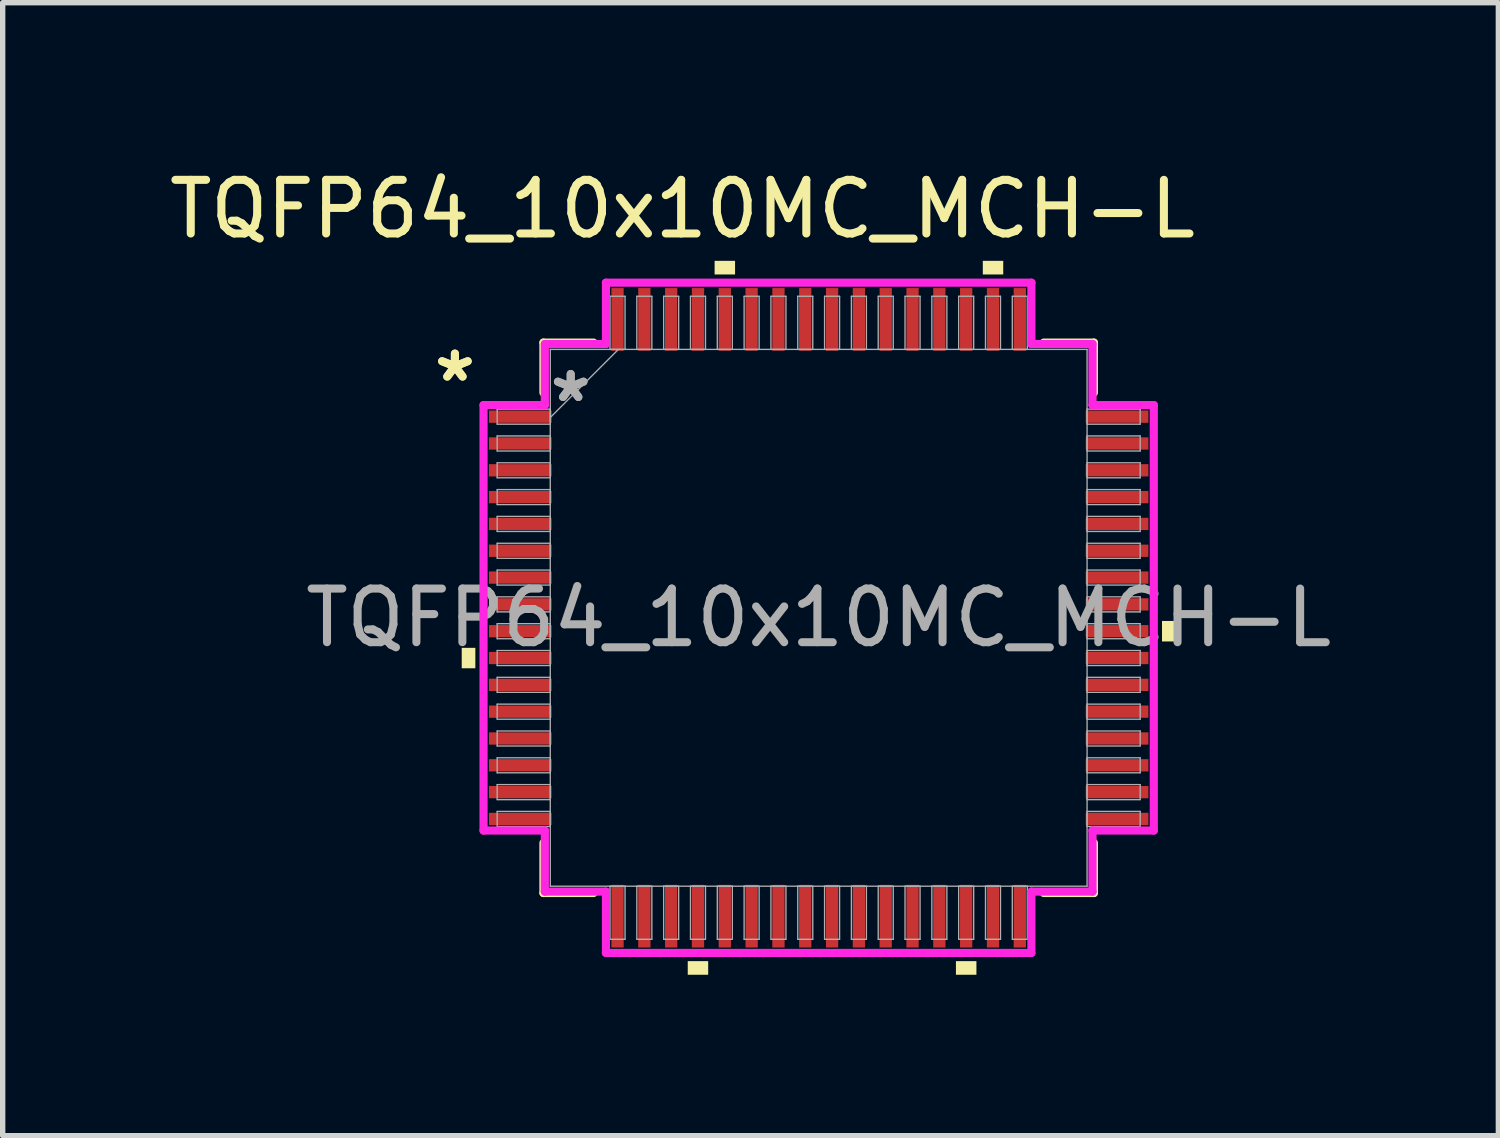
<source format=kicad_pcb>
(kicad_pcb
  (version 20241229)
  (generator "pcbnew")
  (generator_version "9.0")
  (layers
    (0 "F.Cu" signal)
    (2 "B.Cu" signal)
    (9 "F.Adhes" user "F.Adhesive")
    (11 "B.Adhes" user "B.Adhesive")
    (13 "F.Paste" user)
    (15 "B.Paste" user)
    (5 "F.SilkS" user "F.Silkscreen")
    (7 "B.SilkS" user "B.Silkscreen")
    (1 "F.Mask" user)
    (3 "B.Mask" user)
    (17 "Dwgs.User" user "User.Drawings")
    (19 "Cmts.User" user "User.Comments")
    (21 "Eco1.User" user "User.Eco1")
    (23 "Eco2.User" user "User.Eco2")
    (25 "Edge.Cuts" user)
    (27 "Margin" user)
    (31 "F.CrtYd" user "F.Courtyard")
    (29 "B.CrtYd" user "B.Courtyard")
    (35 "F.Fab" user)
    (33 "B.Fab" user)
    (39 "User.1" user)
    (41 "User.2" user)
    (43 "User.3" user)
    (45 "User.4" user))
  (footprint "TQFP64_10x10MC_MCH-L"
    (layer "F.Cu")
    (at 12.213 8.468)
    (property "Reference" "TQFP64_10x10MC_MCH-L" (at -2.54 -7.62 0) (unlocked yes) (layer "F.SilkS") (effects (font (size 1 1) (thickness 0.15))))
    (attr smd)
    (fp_line (start -5.131 -5.131) (end -5.131 -4.197) (stroke (width 0.152) (type solid)) (layer "F.SilkS"))
    (fp_line (start -5.131 4.197) (end -5.131 5.131) (stroke (width 0.152) (type solid)) (layer "F.SilkS"))
    (fp_line (start -5.131 5.131) (end -4.197 5.131) (stroke (width 0.152) (type solid)) (layer "F.SilkS"))
    (fp_line (start -4.197 -5.131) (end -5.131 -5.131) (stroke (width 0.152) (type solid)) (layer "F.SilkS"))
    (fp_line (start 4.197 5.131) (end 5.131 5.131) (stroke (width 0.152) (type solid)) (layer "F.SilkS"))
    (fp_line (start 5.131 -5.131) (end 4.197 -5.131) (stroke (width 0.152) (type solid)) (layer "F.SilkS"))
    (fp_line (start 5.131 -4.197) (end 5.131 -5.131) (stroke (width 0.152) (type solid)) (layer "F.SilkS"))
    (fp_line (start 5.131 5.131) (end 5.131 4.197) (stroke (width 0.152) (type solid)) (layer "F.SilkS"))
    (fp_poly (pts (xy -6.655 0.56) (xy -6.655 0.941) (xy -6.401 0.941) (xy -6.401 0.56)) (stroke (width 0) (type solid)) (fill yes) (layer "F.SilkS"))
    (fp_poly (pts (xy -2.441 6.401) (xy -2.441 6.655) (xy -2.06 6.655) (xy -2.06 6.401)) (stroke (width 0) (type solid)) (fill yes) (layer "F.SilkS"))
    (fp_poly (pts (xy -1.94 -6.401) (xy -1.94 -6.655) (xy -1.559 -6.655) (xy -1.559 -6.401)) (stroke (width 0) (type solid)) (fill yes) (layer "F.SilkS"))
    (fp_poly (pts (xy 2.559 6.401) (xy 2.559 6.655) (xy 2.941 6.655) (xy 2.941 6.401)) (stroke (width 0) (type solid)) (fill yes) (layer "F.SilkS"))
    (fp_poly (pts (xy 3.06 -6.401) (xy 3.06 -6.655) (xy 3.441 -6.655) (xy 3.441 -6.401)) (stroke (width 0) (type solid)) (fill yes) (layer "F.SilkS"))
    (fp_poly (pts (xy 6.655 0.059) (xy 6.655 0.441) (xy 6.401 0.441) (xy 6.401 0.059)) (stroke (width 0) (type solid)) (fill yes) (layer "F.SilkS"))
    (fp_line (start -6.248 -3.966) (end -5.105 -3.966) (stroke (width 0.152) (type solid)) (layer "F.CrtYd"))
    (fp_line (start -6.248 3.966) (end -6.248 -3.966) (stroke (width 0.152) (type solid)) (layer "F.CrtYd"))
    (fp_line (start -5.105 -5.105) (end -3.966 -5.105) (stroke (width 0.152) (type solid)) (layer "F.CrtYd"))
    (fp_line (start -5.105 -3.966) (end -5.105 -5.105) (stroke (width 0.152) (type solid)) (layer "F.CrtYd"))
    (fp_line (start -5.105 3.966) (end -6.248 3.966) (stroke (width 0.152) (type solid)) (layer "F.CrtYd"))
    (fp_line (start -5.105 5.105) (end -5.105 3.966) (stroke (width 0.152) (type solid)) (layer "F.CrtYd"))
    (fp_line (start -5.105 5.105) (end -3.966 5.105) (stroke (width 0.152) (type solid)) (layer "F.CrtYd"))
    (fp_line (start -3.966 -6.248) (end 3.966 -6.248) (stroke (width 0.152) (type solid)) (layer "F.CrtYd"))
    (fp_line (start -3.966 -5.105) (end -3.966 -6.248) (stroke (width 0.152) (type solid)) (layer "F.CrtYd"))
    (fp_line (start -3.966 5.105) (end -3.966 6.248) (stroke (width 0.152) (type solid)) (layer "F.CrtYd"))
    (fp_line (start -3.966 6.248) (end 3.966 6.248) (stroke (width 0.152) (type solid)) (layer "F.CrtYd"))
    (fp_line (start 3.966 -6.248) (end 3.966 -5.105) (stroke (width 0.152) (type solid)) (layer "F.CrtYd"))
    (fp_line (start 3.966 -5.105) (end 5.105 -5.105) (stroke (width 0.152) (type solid)) (layer "F.CrtYd"))
    (fp_line (start 3.966 5.105) (end 5.105 5.105) (stroke (width 0.152) (type solid)) (layer "F.CrtYd"))
    (fp_line (start 3.966 6.248) (end 3.966 5.105) (stroke (width 0.152) (type solid)) (layer "F.CrtYd"))
    (fp_line (start 5.105 -3.966) (end 5.105 -5.105) (stroke (width 0.152) (type solid)) (layer "F.CrtYd"))
    (fp_line (start 5.105 3.966) (end 6.248 3.966) (stroke (width 0.152) (type solid)) (layer "F.CrtYd"))
    (fp_line (start 5.105 5.105) (end 5.105 3.966) (stroke (width 0.152) (type solid)) (layer "F.CrtYd"))
    (fp_line (start 6.248 -3.966) (end 5.105 -3.966) (stroke (width 0.152) (type solid)) (layer "F.CrtYd"))
    (fp_line (start 6.248 3.966) (end 6.248 -3.966) (stroke (width 0.152) (type solid)) (layer "F.CrtYd"))
    (fp_line (start -5.994 -3.89) (end -5.994 -3.61) (stroke (width 0.025) (type solid)) (layer "F.Fab"))
    (fp_line (start -5.994 -3.61) (end -5.004 -3.61) (stroke (width 0.025) (type solid)) (layer "F.Fab"))
    (fp_line (start -5.994 -3.39) (end -5.994 -3.11) (stroke (width 0.025) (type solid)) (layer "F.Fab"))
    (fp_line (start -5.994 -3.11) (end -5.004 -3.11) (stroke (width 0.025) (type solid)) (layer "F.Fab"))
    (fp_line (start -5.994 -2.89) (end -5.994 -2.61) (stroke (width 0.025) (type solid)) (layer "F.Fab"))
    (fp_line (start -5.994 -2.61) (end -5.004 -2.61) (stroke (width 0.025) (type solid)) (layer "F.Fab"))
    (fp_line (start -5.994 -2.39) (end -5.994 -2.11) (stroke (width 0.025) (type solid)) (layer "F.Fab"))
    (fp_line (start -5.994 -2.11) (end -5.004 -2.11) (stroke (width 0.025) (type solid)) (layer "F.Fab"))
    (fp_line (start -5.994 -1.89) (end -5.994 -1.61) (stroke (width 0.025) (type solid)) (layer "F.Fab"))
    (fp_line (start -5.994 -1.61) (end -5.004 -1.61) (stroke (width 0.025) (type solid)) (layer "F.Fab"))
    (fp_line (start -5.994 -1.39) (end -5.994 -1.11) (stroke (width 0.025) (type solid)) (layer "F.Fab"))
    (fp_line (start -5.994 -1.11) (end -5.004 -1.11) (stroke (width 0.025) (type solid)) (layer "F.Fab"))
    (fp_line (start -5.994 -0.89) (end -5.994 -0.61) (stroke (width 0.025) (type solid)) (layer "F.Fab"))
    (fp_line (start -5.994 -0.61) (end -5.004 -0.61) (stroke (width 0.025) (type solid)) (layer "F.Fab"))
    (fp_line (start -5.994 -0.39) (end -5.994 -0.11) (stroke (width 0.025) (type solid)) (layer "F.Fab"))
    (fp_line (start -5.994 -0.11) (end -5.004 -0.11) (stroke (width 0.025) (type solid)) (layer "F.Fab"))
    (fp_line (start -5.994 0.11) (end -5.994 0.39) (stroke (width 0.025) (type solid)) (layer "F.Fab"))
    (fp_line (start -5.994 0.39) (end -5.004 0.39) (stroke (width 0.025) (type solid)) (layer "F.Fab"))
    (fp_line (start -5.994 0.61) (end -5.994 0.89) (stroke (width 0.025) (type solid)) (layer "F.Fab"))
    (fp_line (start -5.994 0.89) (end -5.004 0.89) (stroke (width 0.025) (type solid)) (layer "F.Fab"))
    (fp_line (start -5.994 1.11) (end -5.994 1.39) (stroke (width 0.025) (type solid)) (layer "F.Fab"))
    (fp_line (start -5.994 1.39) (end -5.004 1.39) (stroke (width 0.025) (type solid)) (layer "F.Fab"))
    (fp_line (start -5.994 1.61) (end -5.994 1.89) (stroke (width 0.025) (type solid)) (layer "F.Fab"))
    (fp_line (start -5.994 1.89) (end -5.004 1.89) (stroke (width 0.025) (type solid)) (layer "F.Fab"))
    (fp_line (start -5.994 2.11) (end -5.994 2.39) (stroke (width 0.025) (type solid)) (layer "F.Fab"))
    (fp_line (start -5.994 2.39) (end -5.004 2.39) (stroke (width 0.025) (type solid)) (layer "F.Fab"))
    (fp_line (start -5.994 2.61) (end -5.994 2.89) (stroke (width 0.025) (type solid)) (layer "F.Fab"))
    (fp_line (start -5.994 2.89) (end -5.004 2.89) (stroke (width 0.025) (type solid)) (layer "F.Fab"))
    (fp_line (start -5.994 3.11) (end -5.994 3.39) (stroke (width 0.025) (type solid)) (layer "F.Fab"))
    (fp_line (start -5.994 3.39) (end -5.004 3.39) (stroke (width 0.025) (type solid)) (layer "F.Fab"))
    (fp_line (start -5.994 3.61) (end -5.994 3.89) (stroke (width 0.025) (type solid)) (layer "F.Fab"))
    (fp_line (start -5.994 3.89) (end -5.004 3.89) (stroke (width 0.025) (type solid)) (layer "F.Fab"))
    (fp_line (start -5.004 -5.004) (end -5.004 5.004) (stroke (width 0.025) (type solid)) (layer "F.Fab"))
    (fp_line (start -5.004 -3.89) (end -5.994 -3.89) (stroke (width 0.025) (type solid)) (layer "F.Fab"))
    (fp_line (start -5.004 -3.734) (end -3.734 -5.004) (stroke (width 0.025) (type solid)) (layer "F.Fab"))
    (fp_line (start -5.004 -3.61) (end -5.004 -3.89) (stroke (width 0.025) (type solid)) (layer "F.Fab"))
    (fp_line (start -5.004 -3.39) (end -5.994 -3.39) (stroke (width 0.025) (type solid)) (layer "F.Fab"))
    (fp_line (start -5.004 -3.11) (end -5.004 -3.39) (stroke (width 0.025) (type solid)) (layer "F.Fab"))
    (fp_line (start -5.004 -2.89) (end -5.994 -2.89) (stroke (width 0.025) (type solid)) (layer "F.Fab"))
    (fp_line (start -5.004 -2.61) (end -5.004 -2.89) (stroke (width 0.025) (type solid)) (layer "F.Fab"))
    (fp_line (start -5.004 -2.39) (end -5.994 -2.39) (stroke (width 0.025) (type solid)) (layer "F.Fab"))
    (fp_line (start -5.004 -2.11) (end -5.004 -2.39) (stroke (width 0.025) (type solid)) (layer "F.Fab"))
    (fp_line (start -5.004 -1.89) (end -5.994 -1.89) (stroke (width 0.025) (type solid)) (layer "F.Fab"))
    (fp_line (start -5.004 -1.61) (end -5.004 -1.89) (stroke (width 0.025) (type solid)) (layer "F.Fab"))
    (fp_line (start -5.004 -1.39) (end -5.994 -1.39) (stroke (width 0.025) (type solid)) (layer "F.Fab"))
    (fp_line (start -5.004 -1.11) (end -5.004 -1.39) (stroke (width 0.025) (type solid)) (layer "F.Fab"))
    (fp_line (start -5.004 -0.89) (end -5.994 -0.89) (stroke (width 0.025) (type solid)) (layer "F.Fab"))
    (fp_line (start -5.004 -0.61) (end -5.004 -0.89) (stroke (width 0.025) (type solid)) (layer "F.Fab"))
    (fp_line (start -5.004 -0.39) (end -5.994 -0.39) (stroke (width 0.025) (type solid)) (layer "F.Fab"))
    (fp_line (start -5.004 -0.11) (end -5.004 -0.39) (stroke (width 0.025) (type solid)) (layer "F.Fab"))
    (fp_line (start -5.004 0.11) (end -5.994 0.11) (stroke (width 0.025) (type solid)) (layer "F.Fab"))
    (fp_line (start -5.004 0.39) (end -5.004 0.11) (stroke (width 0.025) (type solid)) (layer "F.Fab"))
    (fp_line (start -5.004 0.61) (end -5.994 0.61) (stroke (width 0.025) (type solid)) (layer "F.Fab"))
    (fp_line (start -5.004 0.89) (end -5.004 0.61) (stroke (width 0.025) (type solid)) (layer "F.Fab"))
    (fp_line (start -5.004 1.11) (end -5.994 1.11) (stroke (width 0.025) (type solid)) (layer "F.Fab"))
    (fp_line (start -5.004 1.39) (end -5.004 1.11) (stroke (width 0.025) (type solid)) (layer "F.Fab"))
    (fp_line (start -5.004 1.61) (end -5.994 1.61) (stroke (width 0.025) (type solid)) (layer "F.Fab"))
    (fp_line (start -5.004 1.89) (end -5.004 1.61) (stroke (width 0.025) (type solid)) (layer "F.Fab"))
    (fp_line (start -5.004 2.11) (end -5.994 2.11) (stroke (width 0.025) (type solid)) (layer "F.Fab"))
    (fp_line (start -5.004 2.39) (end -5.004 2.11) (stroke (width 0.025) (type solid)) (layer "F.Fab"))
    (fp_line (start -5.004 2.61) (end -5.994 2.61) (stroke (width 0.025) (type solid)) (layer "F.Fab"))
    (fp_line (start -5.004 2.89) (end -5.004 2.61) (stroke (width 0.025) (type solid)) (layer "F.Fab"))
    (fp_line (start -5.004 3.11) (end -5.994 3.11) (stroke (width 0.025) (type solid)) (layer "F.Fab"))
    (fp_line (start -5.004 3.39) (end -5.004 3.11) (stroke (width 0.025) (type solid)) (layer "F.Fab"))
    (fp_line (start -5.004 3.61) (end -5.994 3.61) (stroke (width 0.025) (type solid)) (layer "F.Fab"))
    (fp_line (start -5.004 3.89) (end -5.004 3.61) (stroke (width 0.025) (type solid)) (layer "F.Fab"))
    (fp_line (start -5.004 5.004) (end 5.004 5.004) (stroke (width 0.025) (type solid)) (layer "F.Fab"))
    (fp_line (start -3.89 -5.994) (end -3.89 -5.004) (stroke (width 0.025) (type solid)) (layer "F.Fab"))
    (fp_line (start -3.89 -5.004) (end -3.61 -5.004) (stroke (width 0.025) (type solid)) (layer "F.Fab"))
    (fp_line (start -3.89 5.004) (end -3.89 5.994) (stroke (width 0.025) (type solid)) (layer "F.Fab"))
    (fp_line (start -3.89 5.994) (end -3.61 5.994) (stroke (width 0.025) (type solid)) (layer "F.Fab"))
    (fp_line (start -3.61 -5.994) (end -3.89 -5.994) (stroke (width 0.025) (type solid)) (layer "F.Fab"))
    (fp_line (start -3.61 -5.004) (end -3.61 -5.994) (stroke (width 0.025) (type solid)) (layer "F.Fab"))
    (fp_line (start -3.61 5.004) (end -3.89 5.004) (stroke (width 0.025) (type solid)) (layer "F.Fab"))
    (fp_line (start -3.61 5.994) (end -3.61 5.004) (stroke (width 0.025) (type solid)) (layer "F.Fab"))
    (fp_line (start -3.39 -5.994) (end -3.39 -5.004) (stroke (width 0.025) (type solid)) (layer "F.Fab"))
    (fp_line (start -3.39 -5.004) (end -3.11 -5.004) (stroke (width 0.025) (type solid)) (layer "F.Fab"))
    (fp_line (start -3.39 5.004) (end -3.39 5.994) (stroke (width 0.025) (type solid)) (layer "F.Fab"))
    (fp_line (start -3.39 5.994) (end -3.11 5.994) (stroke (width 0.025) (type solid)) (layer "F.Fab"))
    (fp_line (start -3.11 -5.994) (end -3.39 -5.994) (stroke (width 0.025) (type solid)) (layer "F.Fab"))
    (fp_line (start -3.11 -5.004) (end -3.11 -5.994) (stroke (width 0.025) (type solid)) (layer "F.Fab"))
    (fp_line (start -3.11 5.004) (end -3.39 5.004) (stroke (width 0.025) (type solid)) (layer "F.Fab"))
    (fp_line (start -3.11 5.994) (end -3.11 5.004) (stroke (width 0.025) (type solid)) (layer "F.Fab"))
    (fp_line (start -2.89 -5.994) (end -2.89 -5.004) (stroke (width 0.025) (type solid)) (layer "F.Fab"))
    (fp_line (start -2.89 -5.004) (end -2.61 -5.004) (stroke (width 0.025) (type solid)) (layer "F.Fab"))
    (fp_line (start -2.89 5.004) (end -2.89 5.994) (stroke (width 0.025) (type solid)) (layer "F.Fab"))
    (fp_line (start -2.89 5.994) (end -2.61 5.994) (stroke (width 0.025) (type solid)) (layer "F.Fab"))
    (fp_line (start -2.61 -5.994) (end -2.89 -5.994) (stroke (width 0.025) (type solid)) (layer "F.Fab"))
    (fp_line (start -2.61 -5.004) (end -2.61 -5.994) (stroke (width 0.025) (type solid)) (layer "F.Fab"))
    (fp_line (start -2.61 5.004) (end -2.89 5.004) (stroke (width 0.025) (type solid)) (layer "F.Fab"))
    (fp_line (start -2.61 5.994) (end -2.61 5.004) (stroke (width 0.025) (type solid)) (layer "F.Fab"))
    (fp_line (start -2.39 -5.994) (end -2.39 -5.004) (stroke (width 0.025) (type solid)) (layer "F.Fab"))
    (fp_line (start -2.39 -5.004) (end -2.11 -5.004) (stroke (width 0.025) (type solid)) (layer "F.Fab"))
    (fp_line (start -2.39 5.004) (end -2.39 5.994) (stroke (width 0.025) (type solid)) (layer "F.Fab"))
    (fp_line (start -2.39 5.994) (end -2.11 5.994) (stroke (width 0.025) (type solid)) (layer "F.Fab"))
    (fp_line (start -2.11 -5.994) (end -2.39 -5.994) (stroke (width 0.025) (type solid)) (layer "F.Fab"))
    (fp_line (start -2.11 -5.004) (end -2.11 -5.994) (stroke (width 0.025) (type solid)) (layer "F.Fab"))
    (fp_line (start -2.11 5.004) (end -2.39 5.004) (stroke (width 0.025) (type solid)) (layer "F.Fab"))
    (fp_line (start -2.11 5.994) (end -2.11 5.004) (stroke (width 0.025) (type solid)) (layer "F.Fab"))
    (fp_line (start -1.89 -5.994) (end -1.89 -5.004) (stroke (width 0.025) (type solid)) (layer "F.Fab"))
    (fp_line (start -1.89 -5.004) (end -1.61 -5.004) (stroke (width 0.025) (type solid)) (layer "F.Fab"))
    (fp_line (start -1.89 5.004) (end -1.89 5.994) (stroke (width 0.025) (type solid)) (layer "F.Fab"))
    (fp_line (start -1.89 5.994) (end -1.61 5.994) (stroke (width 0.025) (type solid)) (layer "F.Fab"))
    (fp_line (start -1.61 -5.994) (end -1.89 -5.994) (stroke (width 0.025) (type solid)) (layer "F.Fab"))
    (fp_line (start -1.61 -5.004) (end -1.61 -5.994) (stroke (width 0.025) (type solid)) (layer "F.Fab"))
    (fp_line (start -1.61 5.004) (end -1.89 5.004) (stroke (width 0.025) (type solid)) (layer "F.Fab"))
    (fp_line (start -1.61 5.994) (end -1.61 5.004) (stroke (width 0.025) (type solid)) (layer "F.Fab"))
    (fp_line (start -1.39 -5.994) (end -1.39 -5.004) (stroke (width 0.025) (type solid)) (layer "F.Fab"))
    (fp_line (start -1.39 -5.004) (end -1.11 -5.004) (stroke (width 0.025) (type solid)) (layer "F.Fab"))
    (fp_line (start -1.39 5.004) (end -1.39 5.994) (stroke (width 0.025) (type solid)) (layer "F.Fab"))
    (fp_line (start -1.39 5.994) (end -1.11 5.994) (stroke (width 0.025) (type solid)) (layer "F.Fab"))
    (fp_line (start -1.11 -5.994) (end -1.39 -5.994) (stroke (width 0.025) (type solid)) (layer "F.Fab"))
    (fp_line (start -1.11 -5.004) (end -1.11 -5.994) (stroke (width 0.025) (type solid)) (layer "F.Fab"))
    (fp_line (start -1.11 5.004) (end -1.39 5.004) (stroke (width 0.025) (type solid)) (layer "F.Fab"))
    (fp_line (start -1.11 5.994) (end -1.11 5.004) (stroke (width 0.025) (type solid)) (layer "F.Fab"))
    (fp_line (start -0.89 -5.994) (end -0.89 -5.004) (stroke (width 0.025) (type solid)) (layer "F.Fab"))
    (fp_line (start -0.89 -5.004) (end -0.61 -5.004) (stroke (width 0.025) (type solid)) (layer "F.Fab"))
    (fp_line (start -0.89 5.004) (end -0.89 5.994) (stroke (width 0.025) (type solid)) (layer "F.Fab"))
    (fp_line (start -0.89 5.994) (end -0.61 5.994) (stroke (width 0.025) (type solid)) (layer "F.Fab"))
    (fp_line (start -0.61 -5.994) (end -0.89 -5.994) (stroke (width 0.025) (type solid)) (layer "F.Fab"))
    (fp_line (start -0.61 -5.004) (end -0.61 -5.994) (stroke (width 0.025) (type solid)) (layer "F.Fab"))
    (fp_line (start -0.61 5.004) (end -0.89 5.004) (stroke (width 0.025) (type solid)) (layer "F.Fab"))
    (fp_line (start -0.61 5.994) (end -0.61 5.004) (stroke (width 0.025) (type solid)) (layer "F.Fab"))
    (fp_line (start -0.39 -5.994) (end -0.39 -5.004) (stroke (width 0.025) (type solid)) (layer "F.Fab"))
    (fp_line (start -0.39 -5.004) (end -0.11 -5.004) (stroke (width 0.025) (type solid)) (layer "F.Fab"))
    (fp_line (start -0.39 5.004) (end -0.39 5.994) (stroke (width 0.025) (type solid)) (layer "F.Fab"))
    (fp_line (start -0.39 5.994) (end -0.11 5.994) (stroke (width 0.025) (type solid)) (layer "F.Fab"))
    (fp_line (start -0.11 -5.994) (end -0.39 -5.994) (stroke (width 0.025) (type solid)) (layer "F.Fab"))
    (fp_line (start -0.11 -5.004) (end -0.11 -5.994) (stroke (width 0.025) (type solid)) (layer "F.Fab"))
    (fp_line (start -0.11 5.004) (end -0.39 5.004) (stroke (width 0.025) (type solid)) (layer "F.Fab"))
    (fp_line (start -0.11 5.994) (end -0.11 5.004) (stroke (width 0.025) (type solid)) (layer "F.Fab"))
    (fp_line (start 0.11 -5.994) (end 0.11 -5.004) (stroke (width 0.025) (type solid)) (layer "F.Fab"))
    (fp_line (start 0.11 -5.004) (end 0.39 -5.004) (stroke (width 0.025) (type solid)) (layer "F.Fab"))
    (fp_line (start 0.11 5.004) (end 0.11 5.994) (stroke (width 0.025) (type solid)) (layer "F.Fab"))
    (fp_line (start 0.11 5.994) (end 0.39 5.994) (stroke (width 0.025) (type solid)) (layer "F.Fab"))
    (fp_line (start 0.39 -5.994) (end 0.11 -5.994) (stroke (width 0.025) (type solid)) (layer "F.Fab"))
    (fp_line (start 0.39 -5.004) (end 0.39 -5.994) (stroke (width 0.025) (type solid)) (layer "F.Fab"))
    (fp_line (start 0.39 5.004) (end 0.11 5.004) (stroke (width 0.025) (type solid)) (layer "F.Fab"))
    (fp_line (start 0.39 5.994) (end 0.39 5.004) (stroke (width 0.025) (type solid)) (layer "F.Fab"))
    (fp_line (start 0.61 -5.994) (end 0.61 -5.004) (stroke (width 0.025) (type solid)) (layer "F.Fab"))
    (fp_line (start 0.61 -5.004) (end 0.89 -5.004) (stroke (width 0.025) (type solid)) (layer "F.Fab"))
    (fp_line (start 0.61 5.004) (end 0.61 5.994) (stroke (width 0.025) (type solid)) (layer "F.Fab"))
    (fp_line (start 0.61 5.994) (end 0.89 5.994) (stroke (width 0.025) (type solid)) (layer "F.Fab"))
    (fp_line (start 0.89 -5.994) (end 0.61 -5.994) (stroke (width 0.025) (type solid)) (layer "F.Fab"))
    (fp_line (start 0.89 -5.004) (end 0.89 -5.994) (stroke (width 0.025) (type solid)) (layer "F.Fab"))
    (fp_line (start 0.89 5.004) (end 0.61 5.004) (stroke (width 0.025) (type solid)) (layer "F.Fab"))
    (fp_line (start 0.89 5.994) (end 0.89 5.004) (stroke (width 0.025) (type solid)) (layer "F.Fab"))
    (fp_line (start 1.11 -5.994) (end 1.11 -5.004) (stroke (width 0.025) (type solid)) (layer "F.Fab"))
    (fp_line (start 1.11 -5.004) (end 1.39 -5.004) (stroke (width 0.025) (type solid)) (layer "F.Fab"))
    (fp_line (start 1.11 5.004) (end 1.11 5.994) (stroke (width 0.025) (type solid)) (layer "F.Fab"))
    (fp_line (start 1.11 5.994) (end 1.39 5.994) (stroke (width 0.025) (type solid)) (layer "F.Fab"))
    (fp_line (start 1.39 -5.994) (end 1.11 -5.994) (stroke (width 0.025) (type solid)) (layer "F.Fab"))
    (fp_line (start 1.39 -5.004) (end 1.39 -5.994) (stroke (width 0.025) (type solid)) (layer "F.Fab"))
    (fp_line (start 1.39 5.004) (end 1.11 5.004) (stroke (width 0.025) (type solid)) (layer "F.Fab"))
    (fp_line (start 1.39 5.994) (end 1.39 5.004) (stroke (width 0.025) (type solid)) (layer "F.Fab"))
    (fp_line (start 1.61 -5.994) (end 1.61 -5.004) (stroke (width 0.025) (type solid)) (layer "F.Fab"))
    (fp_line (start 1.61 -5.004) (end 1.89 -5.004) (stroke (width 0.025) (type solid)) (layer "F.Fab"))
    (fp_line (start 1.61 5.004) (end 1.61 5.994) (stroke (width 0.025) (type solid)) (layer "F.Fab"))
    (fp_line (start 1.61 5.994) (end 1.89 5.994) (stroke (width 0.025) (type solid)) (layer "F.Fab"))
    (fp_line (start 1.89 -5.994) (end 1.61 -5.994) (stroke (width 0.025) (type solid)) (layer "F.Fab"))
    (fp_line (start 1.89 -5.004) (end 1.89 -5.994) (stroke (width 0.025) (type solid)) (layer "F.Fab"))
    (fp_line (start 1.89 5.004) (end 1.61 5.004) (stroke (width 0.025) (type solid)) (layer "F.Fab"))
    (fp_line (start 1.89 5.994) (end 1.89 5.004) (stroke (width 0.025) (type solid)) (layer "F.Fab"))
    (fp_line (start 2.11 -5.994) (end 2.11 -5.004) (stroke (width 0.025) (type solid)) (layer "F.Fab"))
    (fp_line (start 2.11 -5.004) (end 2.39 -5.004) (stroke (width 0.025) (type solid)) (layer "F.Fab"))
    (fp_line (start 2.11 5.004) (end 2.11 5.994) (stroke (width 0.025) (type solid)) (layer "F.Fab"))
    (fp_line (start 2.11 5.994) (end 2.39 5.994) (stroke (width 0.025) (type solid)) (layer "F.Fab"))
    (fp_line (start 2.39 -5.994) (end 2.11 -5.994) (stroke (width 0.025) (type solid)) (layer "F.Fab"))
    (fp_line (start 2.39 -5.004) (end 2.39 -5.994) (stroke (width 0.025) (type solid)) (layer "F.Fab"))
    (fp_line (start 2.39 5.004) (end 2.11 5.004) (stroke (width 0.025) (type solid)) (layer "F.Fab"))
    (fp_line (start 2.39 5.994) (end 2.39 5.004) (stroke (width 0.025) (type solid)) (layer "F.Fab"))
    (fp_line (start 2.61 -5.994) (end 2.61 -5.004) (stroke (width 0.025) (type solid)) (layer "F.Fab"))
    (fp_line (start 2.61 -5.004) (end 2.89 -5.004) (stroke (width 0.025) (type solid)) (layer "F.Fab"))
    (fp_line (start 2.61 5.004) (end 2.61 5.994) (stroke (width 0.025) (type solid)) (layer "F.Fab"))
    (fp_line (start 2.61 5.994) (end 2.89 5.994) (stroke (width 0.025) (type solid)) (layer "F.Fab"))
    (fp_line (start 2.89 -5.994) (end 2.61 -5.994) (stroke (width 0.025) (type solid)) (layer "F.Fab"))
    (fp_line (start 2.89 -5.004) (end 2.89 -5.994) (stroke (width 0.025) (type solid)) (layer "F.Fab"))
    (fp_line (start 2.89 5.004) (end 2.61 5.004) (stroke (width 0.025) (type solid)) (layer "F.Fab"))
    (fp_line (start 2.89 5.994) (end 2.89 5.004) (stroke (width 0.025) (type solid)) (layer "F.Fab"))
    (fp_line (start 3.11 -5.994) (end 3.11 -5.004) (stroke (width 0.025) (type solid)) (layer "F.Fab"))
    (fp_line (start 3.11 -5.004) (end 3.39 -5.004) (stroke (width 0.025) (type solid)) (layer "F.Fab"))
    (fp_line (start 3.11 5.004) (end 3.11 5.994) (stroke (width 0.025) (type solid)) (layer "F.Fab"))
    (fp_line (start 3.11 5.994) (end 3.39 5.994) (stroke (width 0.025) (type solid)) (layer "F.Fab"))
    (fp_line (start 3.39 -5.994) (end 3.11 -5.994) (stroke (width 0.025) (type solid)) (layer "F.Fab"))
    (fp_line (start 3.39 -5.004) (end 3.39 -5.994) (stroke (width 0.025) (type solid)) (layer "F.Fab"))
    (fp_line (start 3.39 5.004) (end 3.11 5.004) (stroke (width 0.025) (type solid)) (layer "F.Fab"))
    (fp_line (start 3.39 5.994) (end 3.39 5.004) (stroke (width 0.025) (type solid)) (layer "F.Fab"))
    (fp_line (start 3.61 -5.994) (end 3.61 -5.004) (stroke (width 0.025) (type solid)) (layer "F.Fab"))
    (fp_line (start 3.61 -5.004) (end 3.89 -5.004) (stroke (width 0.025) (type solid)) (layer "F.Fab"))
    (fp_line (start 3.61 5.004) (end 3.61 5.994) (stroke (width 0.025) (type solid)) (layer "F.Fab"))
    (fp_line (start 3.61 5.994) (end 3.89 5.994) (stroke (width 0.025) (type solid)) (layer "F.Fab"))
    (fp_line (start 3.89 -5.994) (end 3.61 -5.994) (stroke (width 0.025) (type solid)) (layer "F.Fab"))
    (fp_line (start 3.89 -5.004) (end 3.89 -5.994) (stroke (width 0.025) (type solid)) (layer "F.Fab"))
    (fp_line (start 3.89 5.004) (end 3.61 5.004) (stroke (width 0.025) (type solid)) (layer "F.Fab"))
    (fp_line (start 3.89 5.994) (end 3.89 5.004) (stroke (width 0.025) (type solid)) (layer "F.Fab"))
    (fp_line (start 5.004 -5.004) (end -5.004 -5.004) (stroke (width 0.025) (type solid)) (layer "F.Fab"))
    (fp_line (start 5.004 -3.89) (end 5.004 -3.61) (stroke (width 0.025) (type solid)) (layer "F.Fab"))
    (fp_line (start 5.004 -3.61) (end 5.994 -3.61) (stroke (width 0.025) (type solid)) (layer "F.Fab"))
    (fp_line (start 5.004 -3.39) (end 5.004 -3.11) (stroke (width 0.025) (type solid)) (layer "F.Fab"))
    (fp_line (start 5.004 -3.11) (end 5.994 -3.11) (stroke (width 0.025) (type solid)) (layer "F.Fab"))
    (fp_line (start 5.004 -2.89) (end 5.004 -2.61) (stroke (width 0.025) (type solid)) (layer "F.Fab"))
    (fp_line (start 5.004 -2.61) (end 5.994 -2.61) (stroke (width 0.025) (type solid)) (layer "F.Fab"))
    (fp_line (start 5.004 -2.39) (end 5.004 -2.11) (stroke (width 0.025) (type solid)) (layer "F.Fab"))
    (fp_line (start 5.004 -2.11) (end 5.994 -2.11) (stroke (width 0.025) (type solid)) (layer "F.Fab"))
    (fp_line (start 5.004 -1.89) (end 5.004 -1.61) (stroke (width 0.025) (type solid)) (layer "F.Fab"))
    (fp_line (start 5.004 -1.61) (end 5.994 -1.61) (stroke (width 0.025) (type solid)) (layer "F.Fab"))
    (fp_line (start 5.004 -1.39) (end 5.004 -1.11) (stroke (width 0.025) (type solid)) (layer "F.Fab"))
    (fp_line (start 5.004 -1.11) (end 5.994 -1.11) (stroke (width 0.025) (type solid)) (layer "F.Fab"))
    (fp_line (start 5.004 -0.89) (end 5.004 -0.61) (stroke (width 0.025) (type solid)) (layer "F.Fab"))
    (fp_line (start 5.004 -0.61) (end 5.994 -0.61) (stroke (width 0.025) (type solid)) (layer "F.Fab"))
    (fp_line (start 5.004 -0.39) (end 5.004 -0.11) (stroke (width 0.025) (type solid)) (layer "F.Fab"))
    (fp_line (start 5.004 -0.11) (end 5.994 -0.11) (stroke (width 0.025) (type solid)) (layer "F.Fab"))
    (fp_line (start 5.004 0.11) (end 5.004 0.39) (stroke (width 0.025) (type solid)) (layer "F.Fab"))
    (fp_line (start 5.004 0.39) (end 5.994 0.39) (stroke (width 0.025) (type solid)) (layer "F.Fab"))
    (fp_line (start 5.004 0.61) (end 5.004 0.89) (stroke (width 0.025) (type solid)) (layer "F.Fab"))
    (fp_line (start 5.004 0.89) (end 5.994 0.89) (stroke (width 0.025) (type solid)) (layer "F.Fab"))
    (fp_line (start 5.004 1.11) (end 5.004 1.39) (stroke (width 0.025) (type solid)) (layer "F.Fab"))
    (fp_line (start 5.004 1.39) (end 5.994 1.39) (stroke (width 0.025) (type solid)) (layer "F.Fab"))
    (fp_line (start 5.004 1.61) (end 5.004 1.89) (stroke (width 0.025) (type solid)) (layer "F.Fab"))
    (fp_line (start 5.004 1.89) (end 5.994 1.89) (stroke (width 0.025) (type solid)) (layer "F.Fab"))
    (fp_line (start 5.004 2.11) (end 5.004 2.39) (stroke (width 0.025) (type solid)) (layer "F.Fab"))
    (fp_line (start 5.004 2.39) (end 5.994 2.39) (stroke (width 0.025) (type solid)) (layer "F.Fab"))
    (fp_line (start 5.004 2.61) (end 5.004 2.89) (stroke (width 0.025) (type solid)) (layer "F.Fab"))
    (fp_line (start 5.004 2.89) (end 5.994 2.89) (stroke (width 0.025) (type solid)) (layer "F.Fab"))
    (fp_line (start 5.004 3.11) (end 5.004 3.39) (stroke (width 0.025) (type solid)) (layer "F.Fab"))
    (fp_line (start 5.004 3.39) (end 5.994 3.39) (stroke (width 0.025) (type solid)) (layer "F.Fab"))
    (fp_line (start 5.004 3.61) (end 5.004 3.89) (stroke (width 0.025) (type solid)) (layer "F.Fab"))
    (fp_line (start 5.004 3.89) (end 5.994 3.89) (stroke (width 0.025) (type solid)) (layer "F.Fab"))
    (fp_line (start 5.004 5.004) (end 5.004 -5.004) (stroke (width 0.025) (type solid)) (layer "F.Fab"))
    (fp_line (start 5.994 -3.89) (end 5.004 -3.89) (stroke (width 0.025) (type solid)) (layer "F.Fab"))
    (fp_line (start 5.994 -3.61) (end 5.994 -3.89) (stroke (width 0.025) (type solid)) (layer "F.Fab"))
    (fp_line (start 5.994 -3.39) (end 5.004 -3.39) (stroke (width 0.025) (type solid)) (layer "F.Fab"))
    (fp_line (start 5.994 -3.11) (end 5.994 -3.39) (stroke (width 0.025) (type solid)) (layer "F.Fab"))
    (fp_line (start 5.994 -2.89) (end 5.004 -2.89) (stroke (width 0.025) (type solid)) (layer "F.Fab"))
    (fp_line (start 5.994 -2.61) (end 5.994 -2.89) (stroke (width 0.025) (type solid)) (layer "F.Fab"))
    (fp_line (start 5.994 -2.39) (end 5.004 -2.39) (stroke (width 0.025) (type solid)) (layer "F.Fab"))
    (fp_line (start 5.994 -2.11) (end 5.994 -2.39) (stroke (width 0.025) (type solid)) (layer "F.Fab"))
    (fp_line (start 5.994 -1.89) (end 5.004 -1.89) (stroke (width 0.025) (type solid)) (layer "F.Fab"))
    (fp_line (start 5.994 -1.61) (end 5.994 -1.89) (stroke (width 0.025) (type solid)) (layer "F.Fab"))
    (fp_line (start 5.994 -1.39) (end 5.004 -1.39) (stroke (width 0.025) (type solid)) (layer "F.Fab"))
    (fp_line (start 5.994 -1.11) (end 5.994 -1.39) (stroke (width 0.025) (type solid)) (layer "F.Fab"))
    (fp_line (start 5.994 -0.89) (end 5.004 -0.89) (stroke (width 0.025) (type solid)) (layer "F.Fab"))
    (fp_line (start 5.994 -0.61) (end 5.994 -0.89) (stroke (width 0.025) (type solid)) (layer "F.Fab"))
    (fp_line (start 5.994 -0.39) (end 5.004 -0.39) (stroke (width 0.025) (type solid)) (layer "F.Fab"))
    (fp_line (start 5.994 -0.11) (end 5.994 -0.39) (stroke (width 0.025) (type solid)) (layer "F.Fab"))
    (fp_line (start 5.994 0.11) (end 5.004 0.11) (stroke (width 0.025) (type solid)) (layer "F.Fab"))
    (fp_line (start 5.994 0.39) (end 5.994 0.11) (stroke (width 0.025) (type solid)) (layer "F.Fab"))
    (fp_line (start 5.994 0.61) (end 5.004 0.61) (stroke (width 0.025) (type solid)) (layer "F.Fab"))
    (fp_line (start 5.994 0.89) (end 5.994 0.61) (stroke (width 0.025) (type solid)) (layer "F.Fab"))
    (fp_line (start 5.994 1.11) (end 5.004 1.11) (stroke (width 0.025) (type solid)) (layer "F.Fab"))
    (fp_line (start 5.994 1.39) (end 5.994 1.11) (stroke (width 0.025) (type solid)) (layer "F.Fab"))
    (fp_line (start 5.994 1.61) (end 5.004 1.61) (stroke (width 0.025) (type solid)) (layer "F.Fab"))
    (fp_line (start 5.994 1.89) (end 5.994 1.61) (stroke (width 0.025) (type solid)) (layer "F.Fab"))
    (fp_line (start 5.994 2.11) (end 5.004 2.11) (stroke (width 0.025) (type solid)) (layer "F.Fab"))
    (fp_line (start 5.994 2.39) (end 5.994 2.11) (stroke (width 0.025) (type solid)) (layer "F.Fab"))
    (fp_line (start 5.994 2.61) (end 5.004 2.61) (stroke (width 0.025) (type solid)) (layer "F.Fab"))
    (fp_line (start 5.994 2.89) (end 5.994 2.61) (stroke (width 0.025) (type solid)) (layer "F.Fab"))
    (fp_line (start 5.994 3.11) (end 5.004 3.11) (stroke (width 0.025) (type solid)) (layer "F.Fab"))
    (fp_line (start 5.994 3.39) (end 5.994 3.11) (stroke (width 0.025) (type solid)) (layer "F.Fab"))
    (fp_line (start 5.994 3.61) (end 5.004 3.61) (stroke (width 0.025) (type solid)) (layer "F.Fab"))
    (fp_line (start 5.994 3.89) (end 5.994 3.61) (stroke (width 0.025) (type solid)) (layer "F.Fab"))
    (fp_text user "*" (at -6.782 -4.381 0) (unlocked yes) (layer "F.SilkS") (effects (font (size 1 1) (thickness 0.15))))
    (fp_text user "*" (at -6.782 -4.381 0) (layer "F.SilkS") (effects (font (size 1 1) (thickness 0.15))))
    (fp_text user "*" (at -4.623 -4 0) (unlocked yes) (layer "F.Fab") (effects (font (size 1 1) (thickness 0.15))))
    (fp_text user "${REFERENCE}" (at 0 0 0) (unlocked yes) (layer "F.Fab") (effects (font (size 1 1) (thickness 0.15))))
    (fp_text user "*" (at -4.623 -4 0) (layer "F.Fab") (effects (font (size 1 1) (thickness 0.15))))
    (pad "1" smd rect (at -5.563 -3.75 90) (size 0.229 1.168) (layers "F.Cu" "F.Mask" "F.Paste"))
    (pad "2" smd rect (at -5.563 -3.25 90) (size 0.229 1.168) (layers "F.Cu" "F.Mask" "F.Paste"))
    (pad "3" smd rect (at -5.563 -2.75 90) (size 0.229 1.168) (layers "F.Cu" "F.Mask" "F.Paste"))
    (pad "4" smd rect (at -5.563 -2.25 90) (size 0.229 1.168) (layers "F.Cu" "F.Mask" "F.Paste"))
    (pad "5" smd rect (at -5.563 -1.75 90) (size 0.229 1.168) (layers "F.Cu" "F.Mask" "F.Paste"))
    (pad "6" smd rect (at -5.563 -1.25 90) (size 0.229 1.168) (layers "F.Cu" "F.Mask" "F.Paste"))
    (pad "7" smd rect (at -5.563 -0.75 90) (size 0.229 1.168) (layers "F.Cu" "F.Mask" "F.Paste"))
    (pad "8" smd rect (at -5.563 -0.25 90) (size 0.229 1.168) (layers "F.Cu" "F.Mask" "F.Paste"))
    (pad "9" smd rect (at -5.563 0.25 90) (size 0.229 1.168) (layers "F.Cu" "F.Mask" "F.Paste"))
    (pad "10" smd rect (at -5.563 0.75 90) (size 0.229 1.168) (layers "F.Cu" "F.Mask" "F.Paste"))
    (pad "11" smd rect (at -5.563 1.25 90) (size 0.229 1.168) (layers "F.Cu" "F.Mask" "F.Paste"))
    (pad "12" smd rect (at -5.563 1.75 90) (size 0.229 1.168) (layers "F.Cu" "F.Mask" "F.Paste"))
    (pad "13" smd rect (at -5.563 2.25 90) (size 0.229 1.168) (layers "F.Cu" "F.Mask" "F.Paste"))
    (pad "14" smd rect (at -5.563 2.75 90) (size 0.229 1.168) (layers "F.Cu" "F.Mask" "F.Paste"))
    (pad "15" smd rect (at -5.563 3.25 90) (size 0.229 1.168) (layers "F.Cu" "F.Mask" "F.Paste"))
    (pad "16" smd rect (at -5.563 3.75 90) (size 0.229 1.168) (layers "F.Cu" "F.Mask" "F.Paste"))
    (pad "17" smd rect (at -3.75 5.563) (size 0.229 1.168) (layers "F.Cu" "F.Mask" "F.Paste"))
    (pad "18" smd rect (at -3.25 5.563) (size 0.229 1.168) (layers "F.Cu" "F.Mask" "F.Paste"))
    (pad "19" smd rect (at -2.75 5.563) (size 0.229 1.168) (layers "F.Cu" "F.Mask" "F.Paste"))
    (pad "20" smd rect (at -2.25 5.563) (size 0.229 1.168) (layers "F.Cu" "F.Mask" "F.Paste"))
    (pad "21" smd rect (at -1.75 5.563) (size 0.229 1.168) (layers "F.Cu" "F.Mask" "F.Paste"))
    (pad "22" smd rect (at -1.25 5.563) (size 0.229 1.168) (layers "F.Cu" "F.Mask" "F.Paste"))
    (pad "23" smd rect (at -0.75 5.563) (size 0.229 1.168) (layers "F.Cu" "F.Mask" "F.Paste"))
    (pad "24" smd rect (at -0.25 5.563) (size 0.229 1.168) (layers "F.Cu" "F.Mask" "F.Paste"))
    (pad "25" smd rect (at 0.25 5.563) (size 0.229 1.168) (layers "F.Cu" "F.Mask" "F.Paste"))
    (pad "26" smd rect (at 0.75 5.563) (size 0.229 1.168) (layers "F.Cu" "F.Mask" "F.Paste"))
    (pad "27" smd rect (at 1.25 5.563) (size 0.229 1.168) (layers "F.Cu" "F.Mask" "F.Paste"))
    (pad "28" smd rect (at 1.75 5.563) (size 0.229 1.168) (layers "F.Cu" "F.Mask" "F.Paste"))
    (pad "29" smd rect (at 2.25 5.563) (size 0.229 1.168) (layers "F.Cu" "F.Mask" "F.Paste"))
    (pad "30" smd rect (at 2.75 5.563) (size 0.229 1.168) (layers "F.Cu" "F.Mask" "F.Paste"))
    (pad "31" smd rect (at 3.25 5.563) (size 0.229 1.168) (layers "F.Cu" "F.Mask" "F.Paste"))
    (pad "32" smd rect (at 3.75 5.563) (size 0.229 1.168) (layers "F.Cu" "F.Mask" "F.Paste"))
    (pad "33" smd rect (at 5.563 3.75 90) (size 0.229 1.168) (layers "F.Cu" "F.Mask" "F.Paste"))
    (pad "34" smd rect (at 5.563 3.25 90) (size 0.229 1.168) (layers "F.Cu" "F.Mask" "F.Paste"))
    (pad "35" smd rect (at 5.563 2.75 90) (size 0.229 1.168) (layers "F.Cu" "F.Mask" "F.Paste"))
    (pad "36" smd rect (at 5.563 2.25 90) (size 0.229 1.168) (layers "F.Cu" "F.Mask" "F.Paste"))
    (pad "37" smd rect (at 5.563 1.75 90) (size 0.229 1.168) (layers "F.Cu" "F.Mask" "F.Paste"))
    (pad "38" smd rect (at 5.563 1.25 90) (size 0.229 1.168) (layers "F.Cu" "F.Mask" "F.Paste"))
    (pad "39" smd rect (at 5.563 0.75 90) (size 0.229 1.168) (layers "F.Cu" "F.Mask" "F.Paste"))
    (pad "40" smd rect (at 5.563 0.25 90) (size 0.229 1.168) (layers "F.Cu" "F.Mask" "F.Paste"))
    (pad "41" smd rect (at 5.563 -0.25 90) (size 0.229 1.168) (layers "F.Cu" "F.Mask" "F.Paste"))
    (pad "42" smd rect (at 5.563 -0.75 90) (size 0.229 1.168) (layers "F.Cu" "F.Mask" "F.Paste"))
    (pad "43" smd rect (at 5.563 -1.25 90) (size 0.229 1.168) (layers "F.Cu" "F.Mask" "F.Paste"))
    (pad "44" smd rect (at 5.563 -1.75 90) (size 0.229 1.168) (layers "F.Cu" "F.Mask" "F.Paste"))
    (pad "45" smd rect (at 5.563 -2.25 90) (size 0.229 1.168) (layers "F.Cu" "F.Mask" "F.Paste"))
    (pad "46" smd rect (at 5.563 -2.75 90) (size 0.229 1.168) (layers "F.Cu" "F.Mask" "F.Paste"))
    (pad "47" smd rect (at 5.563 -3.25 90) (size 0.229 1.168) (layers "F.Cu" "F.Mask" "F.Paste"))
    (pad "48" smd rect (at 5.563 -3.75 90) (size 0.229 1.168) (layers "F.Cu" "F.Mask" "F.Paste"))
    (pad "49" smd rect (at 3.75 -5.563) (size 0.229 1.168) (layers "F.Cu" "F.Mask" "F.Paste"))
    (pad "50" smd rect (at 3.25 -5.563) (size 0.229 1.168) (layers "F.Cu" "F.Mask" "F.Paste"))
    (pad "51" smd rect (at 2.75 -5.563) (size 0.229 1.168) (layers "F.Cu" "F.Mask" "F.Paste"))
    (pad "52" smd rect (at 2.25 -5.563) (size 0.229 1.168) (layers "F.Cu" "F.Mask" "F.Paste"))
    (pad "53" smd rect (at 1.75 -5.563) (size 0.229 1.168) (layers "F.Cu" "F.Mask" "F.Paste"))
    (pad "54" smd rect (at 1.25 -5.563) (size 0.229 1.168) (layers "F.Cu" "F.Mask" "F.Paste"))
    (pad "55" smd rect (at 0.75 -5.563) (size 0.229 1.168) (layers "F.Cu" "F.Mask" "F.Paste"))
    (pad "56" smd rect (at 0.25 -5.563) (size 0.229 1.168) (layers "F.Cu" "F.Mask" "F.Paste"))
    (pad "57" smd rect (at -0.25 -5.563) (size 0.229 1.168) (layers "F.Cu" "F.Mask" "F.Paste"))
    (pad "58" smd rect (at -0.75 -5.563) (size 0.229 1.168) (layers "F.Cu" "F.Mask" "F.Paste"))
    (pad "59" smd rect (at -1.25 -5.563) (size 0.229 1.168) (layers "F.Cu" "F.Mask" "F.Paste"))
    (pad "60" smd rect (at -1.75 -5.563) (size 0.229 1.168) (layers "F.Cu" "F.Mask" "F.Paste"))
    (pad "61" smd rect (at -2.25 -5.563) (size 0.229 1.168) (layers "F.Cu" "F.Mask" "F.Paste"))
    (pad "62" smd rect (at -2.75 -5.563) (size 0.229 1.168) (layers "F.Cu" "F.Mask" "F.Paste"))
    (pad "63" smd rect (at -3.25 -5.563) (size 0.229 1.168) (layers "F.Cu" "F.Mask" "F.Paste"))
    (pad "64" smd rect (at -3.75 -5.563) (size 0.229 1.168) (layers "F.Cu" "F.Mask" "F.Paste")))
  (gr_rect
    (start -3 -3)
    (end 24.885 18.123)
    (stroke (width 0.1) (type default))
    (fill no)
    (layer "Edge.Cuts")))
</source>
